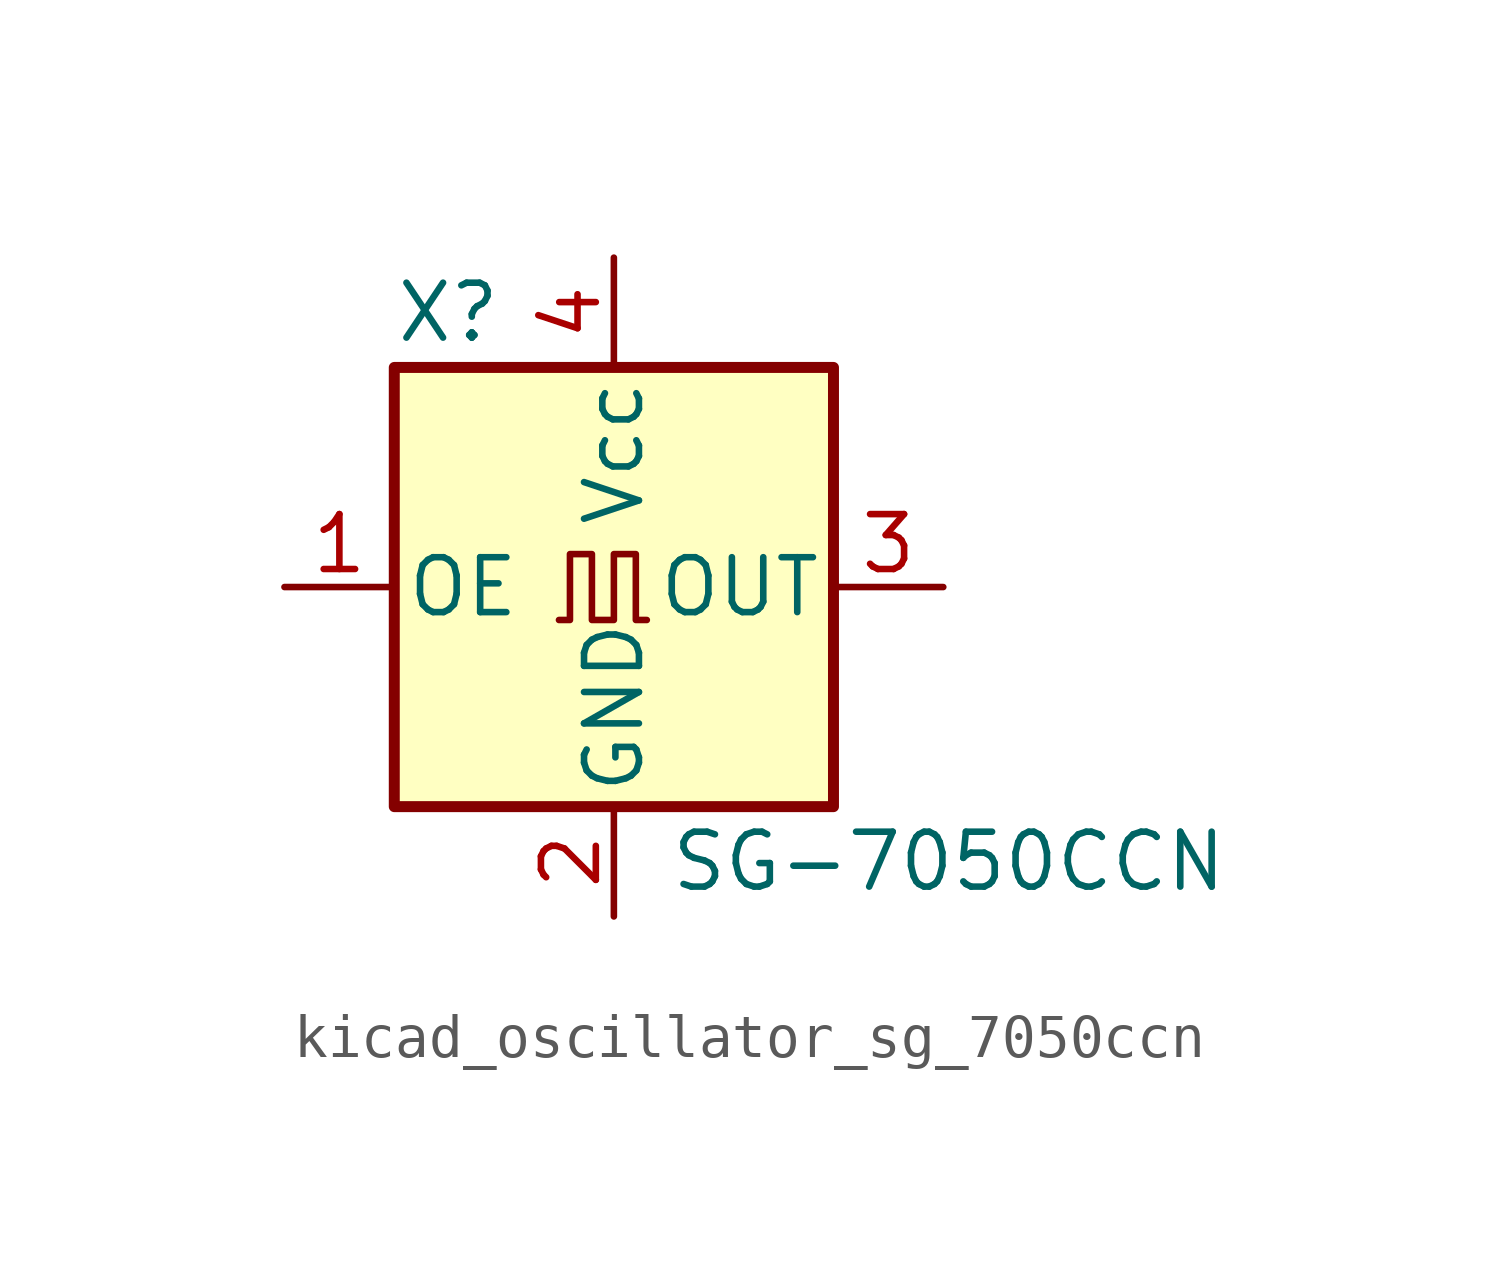
<source format=kicad_sym>
(kicad_symbol_lib
  (version 20220914)
  (generator kicad_symbol_editor)
  (symbol "kicad_oscillator_sg_7050ccn"
    (pin_names
      (offset 0.254))
    (property "Reference" "X"
      (at -5.08 6.35 0)
      (effects (font (size 1.27 1.27)) (justify left)))
    (property "Value" "SG-7050CCN"
      (at 1.27 -6.35 0)
      (effects (font (size 1.27 1.27)) (justify left)))
    (symbol "kicad_oscillator_sg_7050ccn_0_1"
      (rectangle (start -5.08 5.08) (end 5.08 -5.08) (stroke (width 0.254) (type default)) (fill (type background)))
      (polyline (pts (xy -1.27 -0.762) (xy -1.016 -0.762) (xy -1.016 0.762) (xy -0.508 0.762) (xy -0.508 -0.762) (xy 0 -0.762) (xy 0 0.762) (xy 0.508 0.762) (xy 0.508 -0.762) (xy 0.762 -0.762)) (stroke (width 0) (type default)) (fill (type none))))
    (symbol "kicad_oscillator_sg_7050ccn_1_1"
      (pin input line (at -7.62 0 0) (length 2.54) (name "OE" (effects (font (size 1.27 1.27)))) (number "1" (effects (font (size 1.27 1.27)))))
      (pin power_in line (at 0 -7.62 90) (length 2.54) (name "GND" (effects (font (size 1.27 1.27)))) (number "2" (effects (font (size 1.27 1.27)))))
      (pin output line (at 7.62 0 180) (length 2.54) (name "OUT" (effects (font (size 1.27 1.27)))) (number "3" (effects (font (size 1.27 1.27)))))
      (pin power_in line (at 0 7.62 270) (length 2.54) (name "Vcc" (effects (font (size 1.27 1.27)))) (number "4" (effects (font (size 1.27 1.27))))))))
</source>
